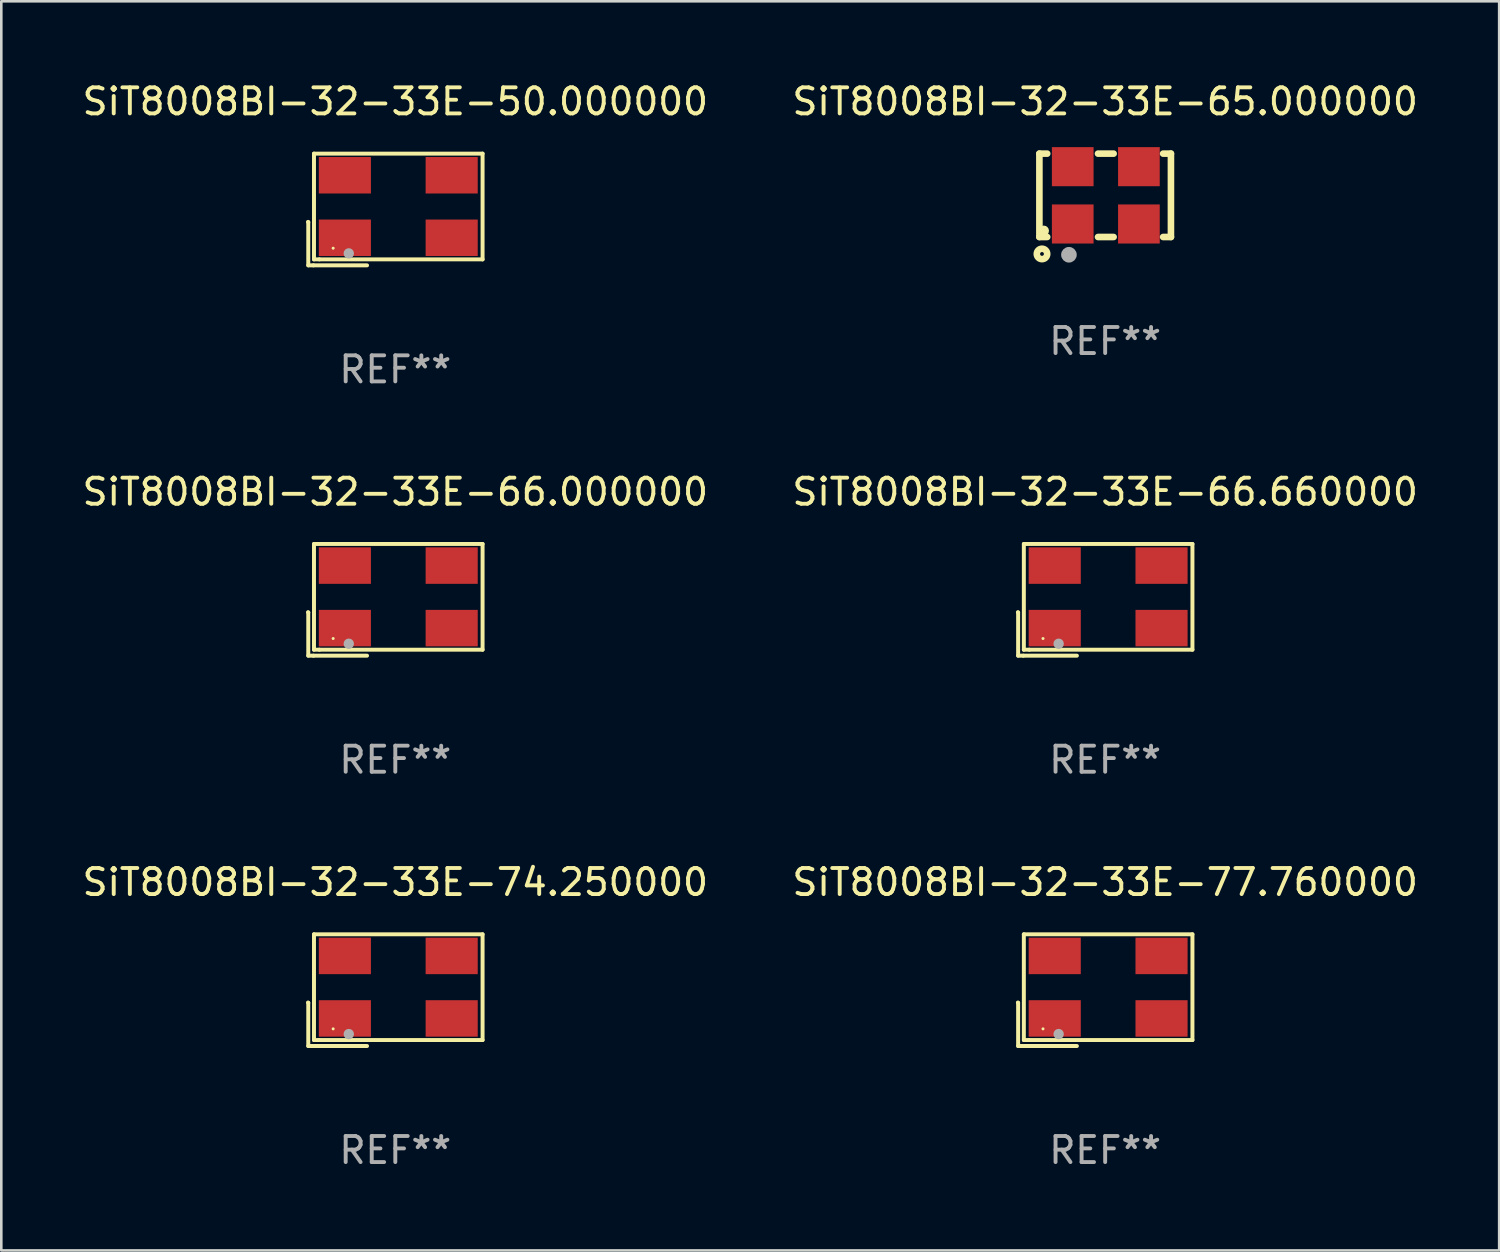
<source format=kicad_pcb>
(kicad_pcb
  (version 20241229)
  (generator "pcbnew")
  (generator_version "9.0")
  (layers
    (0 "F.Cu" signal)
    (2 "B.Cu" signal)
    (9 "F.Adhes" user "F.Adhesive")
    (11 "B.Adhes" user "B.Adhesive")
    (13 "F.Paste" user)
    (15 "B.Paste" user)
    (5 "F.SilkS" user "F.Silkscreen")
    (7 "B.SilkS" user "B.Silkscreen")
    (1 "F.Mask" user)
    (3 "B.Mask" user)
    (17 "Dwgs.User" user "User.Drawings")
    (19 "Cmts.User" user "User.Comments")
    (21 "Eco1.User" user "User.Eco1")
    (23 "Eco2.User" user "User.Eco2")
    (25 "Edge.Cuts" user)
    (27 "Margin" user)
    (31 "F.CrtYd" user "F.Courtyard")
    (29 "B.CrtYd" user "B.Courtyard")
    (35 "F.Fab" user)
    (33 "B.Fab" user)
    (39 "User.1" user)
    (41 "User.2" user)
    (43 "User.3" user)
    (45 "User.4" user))
  (footprint "SiT8008BI-32-33E-66.000000"
    (layer "F.Cu")
    (at 12.125 19.976)
    (property "Reference" "SiT8008BI-32-33E-66.000000" (at 0 -4.144 0) (layer "F.SilkS") (effects (font (size 1 1) (thickness 0.15))))
    (attr through_hole)
    (fp_line (start -3.35 0.476) (end -3.341 0.485) (stroke (width 0.152) (type solid)) (layer "F.SilkS"))
    (fp_line (start -3.341 0.485) (end -3.341 2.144) (stroke (width 0.152) (type solid)) (layer "F.SilkS"))
    (fp_line (start -3.341 2.144) (end -3.143 2.144) (stroke (width 0.152) (type solid)) (layer "F.SilkS"))
    (fp_line (start -3.143 2.144) (end -1.085 2.144) (stroke (width 0.152) (type solid)) (layer "F.SilkS"))
    (fp_line (start -3.122 -2.144) (end 3.35 -2.144) (stroke (width 0.152) (type solid)) (layer "F.SilkS"))
    (fp_line (start -3.122 1.915) (end -3.122 -2.144) (stroke (width 0.152) (type solid)) (layer "F.SilkS"))
    (fp_line (start -2.914 1.915) (end -3.122 1.915) (stroke (width 0.152) (type solid)) (layer "F.SilkS"))
    (fp_line (start 3.35 -2.144) (end 3.35 1.915) (stroke (width 0.152) (type solid)) (layer "F.SilkS"))
    (fp_line (start 3.35 1.915) (end -2.914 1.915) (stroke (width 0.152) (type solid)) (layer "F.SilkS"))
    (fp_circle (center -2.386 1.486) (end -2.356 1.486) (stroke (width 0.06) (type solid)) (fill no) (layer "F.SilkS"))
    (fp_circle (center -1.786 1.686) (end -1.686 1.686) (stroke (width 0.2) (type solid)) (fill no) (layer "F.Fab"))
    (fp_text user "REF**" (at 0 6.144 0) (layer "F.Fab") (effects (font (size 1 1) (thickness 0.15))))
    (pad "1" smd rect (at -1.936 1.086) (size 2 1.4) (layers "F.Cu" "F.Mask" "F.Paste"))
    (pad "2" smd rect (at 2.164 1.086) (size 2 1.4) (layers "F.Cu" "F.Mask" "F.Paste"))
    (pad "3" smd rect (at 2.164 -1.314) (size 2 1.4) (layers "F.Cu" "F.Mask" "F.Paste"))
    (pad "4" smd rect (at -1.936 -1.314) (size 2 1.4) (layers "F.Cu" "F.Mask" "F.Paste")))
  (footprint "SiT8008BI-32-33E-77.760000"
    (layer "F.Cu")
    (at 39.375 34.96)
    (property "Reference" "SiT8008BI-32-33E-77.760000" (at 0 -4.144 0) (layer "F.SilkS") (effects (font (size 1 1) (thickness 0.15))))
    (attr through_hole)
    (fp_line (start -3.35 0.476) (end -3.341 0.485) (stroke (width 0.152) (type solid)) (layer "F.SilkS"))
    (fp_line (start -3.341 0.485) (end -3.341 2.144) (stroke (width 0.152) (type solid)) (layer "F.SilkS"))
    (fp_line (start -3.341 2.144) (end -3.143 2.144) (stroke (width 0.152) (type solid)) (layer "F.SilkS"))
    (fp_line (start -3.143 2.144) (end -1.085 2.144) (stroke (width 0.152) (type solid)) (layer "F.SilkS"))
    (fp_line (start -3.122 -2.144) (end 3.35 -2.144) (stroke (width 0.152) (type solid)) (layer "F.SilkS"))
    (fp_line (start -3.122 1.915) (end -3.122 -2.144) (stroke (width 0.152) (type solid)) (layer "F.SilkS"))
    (fp_line (start -2.914 1.915) (end -3.122 1.915) (stroke (width 0.152) (type solid)) (layer "F.SilkS"))
    (fp_line (start 3.35 -2.144) (end 3.35 1.915) (stroke (width 0.152) (type solid)) (layer "F.SilkS"))
    (fp_line (start 3.35 1.915) (end -2.914 1.915) (stroke (width 0.152) (type solid)) (layer "F.SilkS"))
    (fp_circle (center -2.386 1.486) (end -2.356 1.486) (stroke (width 0.06) (type solid)) (fill no) (layer "F.SilkS"))
    (fp_circle (center -1.786 1.686) (end -1.686 1.686) (stroke (width 0.2) (type solid)) (fill no) (layer "F.Fab"))
    (fp_text user "REF**" (at 0 6.144 0) (layer "F.Fab") (effects (font (size 1 1) (thickness 0.15))))
    (pad "1" smd rect (at -1.936 1.086) (size 2 1.4) (layers "F.Cu" "F.Mask" "F.Paste"))
    (pad "2" smd rect (at 2.164 1.086) (size 2 1.4) (layers "F.Cu" "F.Mask" "F.Paste"))
    (pad "3" smd rect (at 2.164 -1.314) (size 2 1.4) (layers "F.Cu" "F.Mask" "F.Paste"))
    (pad "4" smd rect (at -1.936 -1.314) (size 2 1.4) (layers "F.Cu" "F.Mask" "F.Paste")))
  (footprint "SiT8008BI-32-33E-66.660000"
    (layer "F.Cu")
    (at 39.375 19.976)
    (property "Reference" "SiT8008BI-32-33E-66.660000" (at 0 -4.144 0) (layer "F.SilkS") (effects (font (size 1 1) (thickness 0.15))))
    (attr through_hole)
    (fp_line (start -3.35 0.476) (end -3.341 0.485) (stroke (width 0.152) (type solid)) (layer "F.SilkS"))
    (fp_line (start -3.341 0.485) (end -3.341 2.144) (stroke (width 0.152) (type solid)) (layer "F.SilkS"))
    (fp_line (start -3.341 2.144) (end -3.143 2.144) (stroke (width 0.152) (type solid)) (layer "F.SilkS"))
    (fp_line (start -3.143 2.144) (end -1.085 2.144) (stroke (width 0.152) (type solid)) (layer "F.SilkS"))
    (fp_line (start -3.122 -2.144) (end 3.35 -2.144) (stroke (width 0.152) (type solid)) (layer "F.SilkS"))
    (fp_line (start -3.122 1.915) (end -3.122 -2.144) (stroke (width 0.152) (type solid)) (layer "F.SilkS"))
    (fp_line (start -2.914 1.915) (end -3.122 1.915) (stroke (width 0.152) (type solid)) (layer "F.SilkS"))
    (fp_line (start 3.35 -2.144) (end 3.35 1.915) (stroke (width 0.152) (type solid)) (layer "F.SilkS"))
    (fp_line (start 3.35 1.915) (end -2.914 1.915) (stroke (width 0.152) (type solid)) (layer "F.SilkS"))
    (fp_circle (center -2.386 1.486) (end -2.356 1.486) (stroke (width 0.06) (type solid)) (fill no) (layer "F.SilkS"))
    (fp_circle (center -1.786 1.686) (end -1.686 1.686) (stroke (width 0.2) (type solid)) (fill no) (layer "F.Fab"))
    (fp_text user "REF**" (at 0 6.144 0) (layer "F.Fab") (effects (font (size 1 1) (thickness 0.15))))
    (pad "1" smd rect (at -1.936 1.086) (size 2 1.4) (layers "F.Cu" "F.Mask" "F.Paste"))
    (pad "2" smd rect (at 2.164 1.086) (size 2 1.4) (layers "F.Cu" "F.Mask" "F.Paste"))
    (pad "3" smd rect (at 2.164 -1.314) (size 2 1.4) (layers "F.Cu" "F.Mask" "F.Paste"))
    (pad "4" smd rect (at -1.936 -1.314) (size 2 1.4) (layers "F.Cu" "F.Mask" "F.Paste")))
  (footprint "SiT8008BI-32-33E-65.000000"
    (layer "F.Cu")
    (at 39.375 4.448)
    (property "Reference" "SiT8008BI-32-33E-65.000000" (at 0 -3.6 0) (layer "F.SilkS") (effects (font (size 1 1) (thickness 0.15))))
    (attr through_hole)
    (fp_line (start -2.525 -1.6) (end -2.225 -1.6) (stroke (width 0.254) (type solid)) (layer "F.SilkS"))
    (fp_line (start -2.525 1.6) (end -2.525 -1.6) (stroke (width 0.254) (type solid)) (layer "F.SilkS"))
    (fp_line (start -2.225 1.6) (end -2.525 1.6) (stroke (width 0.254) (type solid)) (layer "F.SilkS"))
    (fp_line (start -0.275 -1.6) (end 0.325 -1.6) (stroke (width 0.254) (type solid)) (layer "F.SilkS"))
    (fp_line (start -0.275 1.6) (end 0.325 1.6) (stroke (width 0.254) (type solid)) (layer "F.SilkS"))
    (fp_line (start 2.225 -1.6) (end 2.525 -1.6) (stroke (width 0.254) (type solid)) (layer "F.SilkS"))
    (fp_line (start 2.525 -1.6) (end 2.525 1.6) (stroke (width 0.254) (type solid)) (layer "F.SilkS"))
    (fp_line (start 2.525 1.6) (end 2.225 1.6) (stroke (width 0.254) (type solid)) (layer "F.SilkS"))
    (fp_circle (center -2.425 2.25) (end -2.225 2.25) (stroke (width 0.254) (type solid)) (fill no) (layer "F.SilkS"))
    (fp_circle (center -2.357 1.362) (end -2.257 1.362) (stroke (width 0.2) (type solid)) (fill no) (layer "F.SilkS"))
    (fp_circle (center -1.391 2.282) (end -1.241 2.282) (stroke (width 0.3) (type solid)) (fill no) (layer "F.Fab"))
    (fp_text user "REF**" (at 0 5.6 0) (layer "F.Fab") (effects (font (size 1 1) (thickness 0.15))))
    (pad "1" smd rect (at -1.245 1.1) (size 1.6 1.5) (layers "F.Cu" "F.Mask" "F.Paste"))
    (pad "2" smd rect (at 1.295 1.1) (size 1.6 1.5) (layers "F.Cu" "F.Mask" "F.Paste"))
    (pad "3" smd rect (at 1.295 -1.1 180) (size 1.6 1.5) (layers "F.Cu" "F.Mask" "F.Paste"))
    (pad "4" smd rect (at -1.245 -1.1) (size 1.6 1.5) (layers "F.Cu" "F.Mask" "F.Paste")))
  (footprint "SiT8008BI-32-33E-74.250000"
    (layer "F.Cu")
    (at 12.125 34.96)
    (property "Reference" "SiT8008BI-32-33E-74.250000" (at 0 -4.144 0) (layer "F.SilkS") (effects (font (size 1 1) (thickness 0.15))))
    (attr through_hole)
    (fp_line (start -3.35 0.476) (end -3.341 0.485) (stroke (width 0.152) (type solid)) (layer "F.SilkS"))
    (fp_line (start -3.341 0.485) (end -3.341 2.144) (stroke (width 0.152) (type solid)) (layer "F.SilkS"))
    (fp_line (start -3.341 2.144) (end -3.143 2.144) (stroke (width 0.152) (type solid)) (layer "F.SilkS"))
    (fp_line (start -3.143 2.144) (end -1.085 2.144) (stroke (width 0.152) (type solid)) (layer "F.SilkS"))
    (fp_line (start -3.122 -2.144) (end 3.35 -2.144) (stroke (width 0.152) (type solid)) (layer "F.SilkS"))
    (fp_line (start -3.122 1.915) (end -3.122 -2.144) (stroke (width 0.152) (type solid)) (layer "F.SilkS"))
    (fp_line (start -2.914 1.915) (end -3.122 1.915) (stroke (width 0.152) (type solid)) (layer "F.SilkS"))
    (fp_line (start 3.35 -2.144) (end 3.35 1.915) (stroke (width 0.152) (type solid)) (layer "F.SilkS"))
    (fp_line (start 3.35 1.915) (end -2.914 1.915) (stroke (width 0.152) (type solid)) (layer "F.SilkS"))
    (fp_circle (center -2.386 1.486) (end -2.356 1.486) (stroke (width 0.06) (type solid)) (fill no) (layer "F.SilkS"))
    (fp_circle (center -1.786 1.686) (end -1.686 1.686) (stroke (width 0.2) (type solid)) (fill no) (layer "F.Fab"))
    (fp_text user "REF**" (at 0 6.144 0) (layer "F.Fab") (effects (font (size 1 1) (thickness 0.15))))
    (pad "1" smd rect (at -1.936 1.086) (size 2 1.4) (layers "F.Cu" "F.Mask" "F.Paste"))
    (pad "2" smd rect (at 2.164 1.086) (size 2 1.4) (layers "F.Cu" "F.Mask" "F.Paste"))
    (pad "3" smd rect (at 2.164 -1.314) (size 2 1.4) (layers "F.Cu" "F.Mask" "F.Paste"))
    (pad "4" smd rect (at -1.936 -1.314) (size 2 1.4) (layers "F.Cu" "F.Mask" "F.Paste")))
  (footprint "SiT8008BI-32-33E-50.000000"
    (layer "F.Cu")
    (at 12.125 4.992)
    (property "Reference" "SiT8008BI-32-33E-50.000000" (at 0 -4.144 0) (layer "F.SilkS") (effects (font (size 1 1) (thickness 0.15))))
    (attr through_hole)
    (fp_line (start -3.35 0.476) (end -3.341 0.485) (stroke (width 0.152) (type solid)) (layer "F.SilkS"))
    (fp_line (start -3.341 0.485) (end -3.341 2.144) (stroke (width 0.152) (type solid)) (layer "F.SilkS"))
    (fp_line (start -3.341 2.144) (end -3.143 2.144) (stroke (width 0.152) (type solid)) (layer "F.SilkS"))
    (fp_line (start -3.143 2.144) (end -1.085 2.144) (stroke (width 0.152) (type solid)) (layer "F.SilkS"))
    (fp_line (start -3.122 -2.144) (end 3.35 -2.144) (stroke (width 0.152) (type solid)) (layer "F.SilkS"))
    (fp_line (start -3.122 1.915) (end -3.122 -2.144) (stroke (width 0.152) (type solid)) (layer "F.SilkS"))
    (fp_line (start -2.914 1.915) (end -3.122 1.915) (stroke (width 0.152) (type solid)) (layer "F.SilkS"))
    (fp_line (start 3.35 -2.144) (end 3.35 1.915) (stroke (width 0.152) (type solid)) (layer "F.SilkS"))
    (fp_line (start 3.35 1.915) (end -2.914 1.915) (stroke (width 0.152) (type solid)) (layer "F.SilkS"))
    (fp_circle (center -2.386 1.486) (end -2.356 1.486) (stroke (width 0.06) (type solid)) (fill no) (layer "F.SilkS"))
    (fp_circle (center -1.786 1.686) (end -1.686 1.686) (stroke (width 0.2) (type solid)) (fill no) (layer "F.Fab"))
    (fp_text user "REF**" (at 0 6.144 0) (layer "F.Fab") (effects (font (size 1 1) (thickness 0.15))))
    (pad "1" smd rect (at -1.936 1.086) (size 2 1.4) (layers "F.Cu" "F.Mask" "F.Paste"))
    (pad "2" smd rect (at 2.164 1.086) (size 2 1.4) (layers "F.Cu" "F.Mask" "F.Paste"))
    (pad "3" smd rect (at 2.164 -1.314) (size 2 1.4) (layers "F.Cu" "F.Mask" "F.Paste"))
    (pad "4" smd rect (at -1.936 -1.314) (size 2 1.4) (layers "F.Cu" "F.Mask" "F.Paste")))
  (gr_rect
    (start -3 -3)
    (end 54.5 44.952)
    (stroke (width 0.1) (type default))
    (fill no)
    (layer "Edge.Cuts")))
</source>
